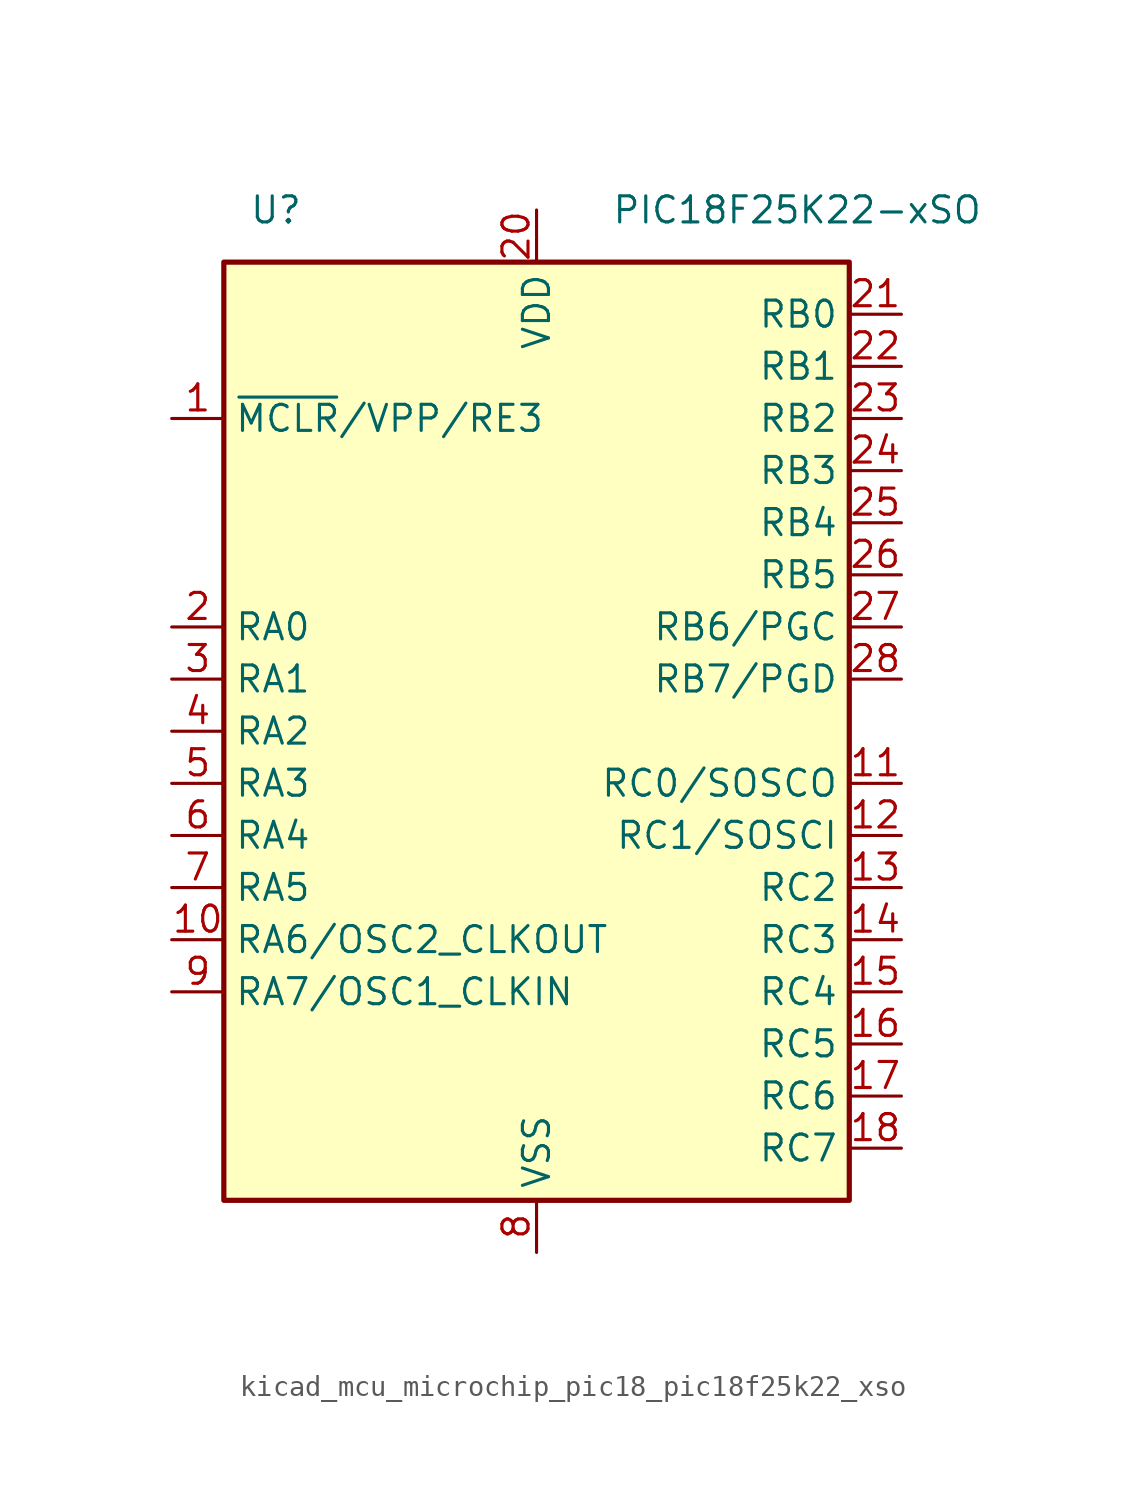
<source format=kicad_sym>
(kicad_symbol_lib
  (version 20220914)
  (generator kicad_symbol_editor)
  (symbol "kicad_mcu_microchip_pic18_pic18f25k22_xso"
    (property "Reference" "U"
      (at -12.7 25.4 0)
      (effects (font (size 1.27 1.27))))
    (property "Value" "PIC18F25K22-xSO"
      (at 12.7 25.4 0)
      (effects (font (size 1.27 1.27))))
    (symbol "kicad_mcu_microchip_pic18_pic18f25k22_xso_1_1"
      (rectangle (start -15.24 22.86) (end 15.24 -22.86) (stroke (width 0.254) (type default)) (fill (type background)))
      (pin input line (at -17.78 15.24 0) (length 2.54) (name "~{MCLR}/VPP/RE3" (effects (font (size 1.27 1.27)))) (number "1" (effects (font (size 1.27 1.27)))))
      (pin bidirectional line (at -17.78 -10.16 0) (length 2.54) (name "RA6/OSC2_CLKOUT" (effects (font (size 1.27 1.27)))) (number "10" (effects (font (size 1.27 1.27)))))
      (pin bidirectional line (at 17.78 -2.54 180) (length 2.54) (name "RC0/SOSCO" (effects (font (size 1.27 1.27)))) (number "11" (effects (font (size 1.27 1.27)))))
      (pin bidirectional line (at 17.78 -5.08 180) (length 2.54) (name "RC1/SOSCI" (effects (font (size 1.27 1.27)))) (number "12" (effects (font (size 1.27 1.27)))))
      (pin bidirectional line (at 17.78 -7.62 180) (length 2.54) (name "RC2" (effects (font (size 1.27 1.27)))) (number "13" (effects (font (size 1.27 1.27)))))
      (pin bidirectional line (at 17.78 -10.16 180) (length 2.54) (name "RC3" (effects (font (size 1.27 1.27)))) (number "14" (effects (font (size 1.27 1.27)))))
      (pin bidirectional line (at 17.78 -12.7 180) (length 2.54) (name "RC4" (effects (font (size 1.27 1.27)))) (number "15" (effects (font (size 1.27 1.27)))))
      (pin bidirectional line (at 17.78 -15.24 180) (length 2.54) (name "RC5" (effects (font (size 1.27 1.27)))) (number "16" (effects (font (size 1.27 1.27)))))
      (pin bidirectional line (at 17.78 -17.78 180) (length 2.54) (name "RC6" (effects (font (size 1.27 1.27)))) (number "17" (effects (font (size 1.27 1.27)))))
      (pin bidirectional line (at 17.78 -20.32 180) (length 2.54) (name "RC7" (effects (font (size 1.27 1.27)))) (number "18" (effects (font (size 1.27 1.27)))))
      (pin passive line (at 0 -25.4 90) (length 2.54) hide (name "VSS" (effects (font (size 1.27 1.27)))) (number "19" (effects (font (size 1.27 1.27)))))
      (pin bidirectional line (at -17.78 5.08 0) (length 2.54) (name "RA0" (effects (font (size 1.27 1.27)))) (number "2" (effects (font (size 1.27 1.27)))))
      (pin power_in line (at 0 25.4 270) (length 2.54) (name "VDD" (effects (font (size 1.27 1.27)))) (number "20" (effects (font (size 1.27 1.27)))))
      (pin bidirectional line (at 17.78 20.32 180) (length 2.54) (name "RB0" (effects (font (size 1.27 1.27)))) (number "21" (effects (font (size 1.27 1.27)))))
      (pin bidirectional line (at 17.78 17.78 180) (length 2.54) (name "RB1" (effects (font (size 1.27 1.27)))) (number "22" (effects (font (size 1.27 1.27)))))
      (pin bidirectional line (at 17.78 15.24 180) (length 2.54) (name "RB2" (effects (font (size 1.27 1.27)))) (number "23" (effects (font (size 1.27 1.27)))))
      (pin bidirectional line (at 17.78 12.7 180) (length 2.54) (name "RB3" (effects (font (size 1.27 1.27)))) (number "24" (effects (font (size 1.27 1.27)))))
      (pin bidirectional line (at 17.78 10.16 180) (length 2.54) (name "RB4" (effects (font (size 1.27 1.27)))) (number "25" (effects (font (size 1.27 1.27)))))
      (pin bidirectional line (at 17.78 7.62 180) (length 2.54) (name "RB5" (effects (font (size 1.27 1.27)))) (number "26" (effects (font (size 1.27 1.27)))))
      (pin bidirectional line (at 17.78 5.08 180) (length 2.54) (name "RB6/PGC" (effects (font (size 1.27 1.27)))) (number "27" (effects (font (size 1.27 1.27)))))
      (pin bidirectional line (at 17.78 2.54 180) (length 2.54) (name "RB7/PGD" (effects (font (size 1.27 1.27)))) (number "28" (effects (font (size 1.27 1.27)))))
      (pin bidirectional line (at -17.78 2.54 0) (length 2.54) (name "RA1" (effects (font (size 1.27 1.27)))) (number "3" (effects (font (size 1.27 1.27)))))
      (pin bidirectional line (at -17.78 0 0) (length 2.54) (name "RA2" (effects (font (size 1.27 1.27)))) (number "4" (effects (font (size 1.27 1.27)))))
      (pin bidirectional line (at -17.78 -2.54 0) (length 2.54) (name "RA3" (effects (font (size 1.27 1.27)))) (number "5" (effects (font (size 1.27 1.27)))))
      (pin bidirectional line (at -17.78 -5.08 0) (length 2.54) (name "RA4" (effects (font (size 1.27 1.27)))) (number "6" (effects (font (size 1.27 1.27)))))
      (pin bidirectional line (at -17.78 -7.62 0) (length 2.54) (name "RA5" (effects (font (size 1.27 1.27)))) (number "7" (effects (font (size 1.27 1.27)))))
      (pin power_in line (at 0 -25.4 90) (length 2.54) (name "VSS" (effects (font (size 1.27 1.27)))) (number "8" (effects (font (size 1.27 1.27)))))
      (pin bidirectional line (at -17.78 -12.7 0) (length 2.54) (name "RA7/OSC1_CLKIN" (effects (font (size 1.27 1.27)))) (number "9" (effects (font (size 1.27 1.27))))))))
</source>
